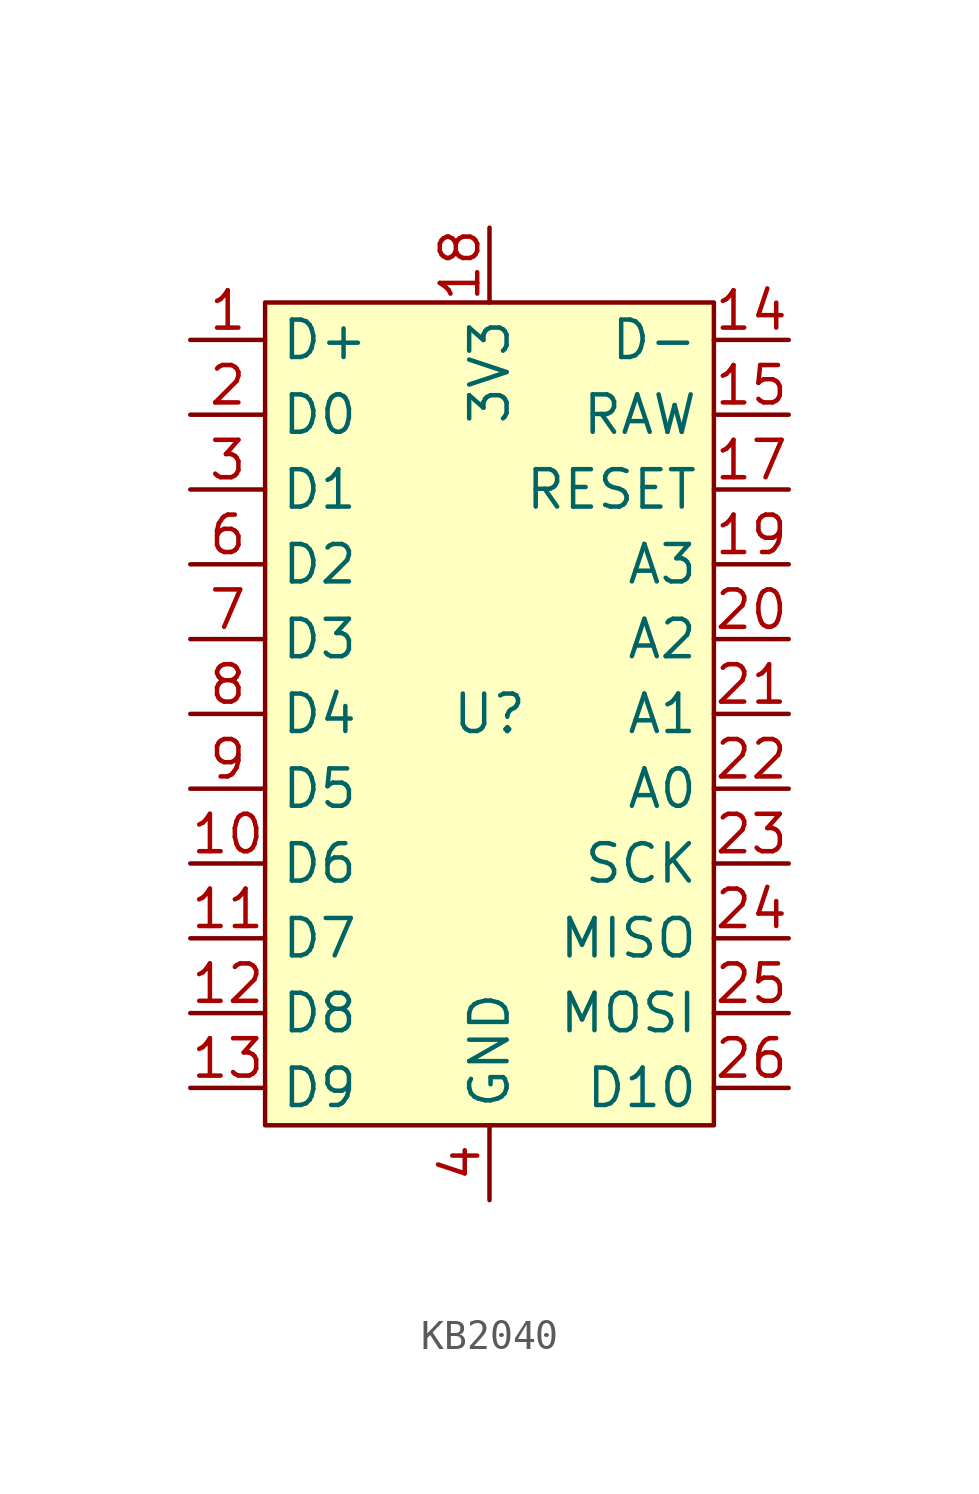
<source format=kicad_sym>
(kicad_symbol_lib
  (version 20231120)
  (generator "kicad_symbol_editor")
  (generator_version "8.0")
  (symbol "KB2040"
    (property "Reference" "U"
      (at 0 0 0)
      (effects (font (size 1.27 1.27))))
    (property "Value" ""
      (at 0 0 0)
      (effects (font (size 1.27 1.27))))
    (symbol "KB2040_1_1"
      (rectangle (start -7.62 13.97) (end 7.62 -13.97) (stroke (width 0) (type default)) (fill (type background)))
      (pin passive line (at -10.16 12.7 0) (length 2.54) (name "D+" (effects (font (size 1.27 1.27)))) (number "1" (effects (font (size 1.27 1.27)))))
      (pin passive line (at -10.16 -5.08 0) (length 2.54) (name "D6" (effects (font (size 1.27 1.27)))) (number "10" (effects (font (size 1.27 1.27)))))
      (pin passive line (at -10.16 -7.62 0) (length 2.54) (name "D7" (effects (font (size 1.27 1.27)))) (number "11" (effects (font (size 1.27 1.27)))))
      (pin passive line (at -10.16 -10.16 0) (length 2.54) (name "D8" (effects (font (size 1.27 1.27)))) (number "12" (effects (font (size 1.27 1.27)))))
      (pin passive line (at -10.16 -12.7 0) (length 2.54) (name "D9" (effects (font (size 1.27 1.27)))) (number "13" (effects (font (size 1.27 1.27)))))
      (pin passive line (at 10.16 12.7 180) (length 2.54) (name "D-" (effects (font (size 1.27 1.27)))) (number "14" (effects (font (size 1.27 1.27)))))
      (pin passive line (at 10.16 10.16 180) (length 2.54) (name "RAW" (effects (font (size 1.27 1.27)))) (number "15" (effects (font (size 1.27 1.27)))))
      (pin passive line (at 0 -16.51 90) (length 2.54) hide (name "GND" (effects (font (size 1.27 1.27)))) (number "16" (effects (font (size 1.27 1.27)))))
      (pin passive line (at 10.16 7.62 180) (length 2.54) (name "RESET" (effects (font (size 1.27 1.27)))) (number "17" (effects (font (size 1.27 1.27)))))
      (pin passive line (at 0 16.51 270) (length 2.54) (name "3V3" (effects (font (size 1.27 1.27)))) (number "18" (effects (font (size 1.27 1.27)))))
      (pin passive line (at 10.16 5.08 180) (length 2.54) (name "A3" (effects (font (size 1.27 1.27)))) (number "19" (effects (font (size 1.27 1.27)))))
      (pin passive line (at -10.16 10.16 0) (length 2.54) (name "D0" (effects (font (size 1.27 1.27)))) (number "2" (effects (font (size 1.27 1.27)))))
      (pin passive line (at 10.16 2.54 180) (length 2.54) (name "A2" (effects (font (size 1.27 1.27)))) (number "20" (effects (font (size 1.27 1.27)))))
      (pin passive line (at 10.16 0 180) (length 2.54) (name "A1" (effects (font (size 1.27 1.27)))) (number "21" (effects (font (size 1.27 1.27)))))
      (pin passive line (at 10.16 -2.54 180) (length 2.54) (name "A0" (effects (font (size 1.27 1.27)))) (number "22" (effects (font (size 1.27 1.27)))))
      (pin passive line (at 10.16 -5.08 180) (length 2.54) (name "SCK" (effects (font (size 1.27 1.27)))) (number "23" (effects (font (size 1.27 1.27)))))
      (pin passive line (at 10.16 -7.62 180) (length 2.54) (name "MISO" (effects (font (size 1.27 1.27)))) (number "24" (effects (font (size 1.27 1.27)))))
      (pin passive line (at 10.16 -10.16 180) (length 2.54) (name "MOSI" (effects (font (size 1.27 1.27)))) (number "25" (effects (font (size 1.27 1.27)))))
      (pin passive line (at 10.16 -12.7 180) (length 2.54) (name "D10" (effects (font (size 1.27 1.27)))) (number "26" (effects (font (size 1.27 1.27)))))
      (pin passive line (at -10.16 7.62 0) (length 2.54) (name "D1" (effects (font (size 1.27 1.27)))) (number "3" (effects (font (size 1.27 1.27)))))
      (pin passive line (at 0 -16.51 90) (length 2.54) (name "GND" (effects (font (size 1.27 1.27)))) (number "4" (effects (font (size 1.27 1.27)))))
      (pin passive line (at 0 -16.51 90) (length 2.54) hide (name "GND" (effects (font (size 1.27 1.27)))) (number "5" (effects (font (size 1.27 1.27)))))
      (pin passive line (at -10.16 5.08 0) (length 2.54) (name "D2" (effects (font (size 1.27 1.27)))) (number "6" (effects (font (size 1.27 1.27)))))
      (pin passive line (at -10.16 2.54 0) (length 2.54) (name "D3" (effects (font (size 1.27 1.27)))) (number "7" (effects (font (size 1.27 1.27)))))
      (pin passive line (at -10.16 0 0) (length 2.54) (name "D4" (effects (font (size 1.27 1.27)))) (number "8" (effects (font (size 1.27 1.27)))))
      (pin passive line (at -10.16 -2.54 0) (length 2.54) (name "D5" (effects (font (size 1.27 1.27)))) (number "9" (effects (font (size 1.27 1.27))))))))
</source>
